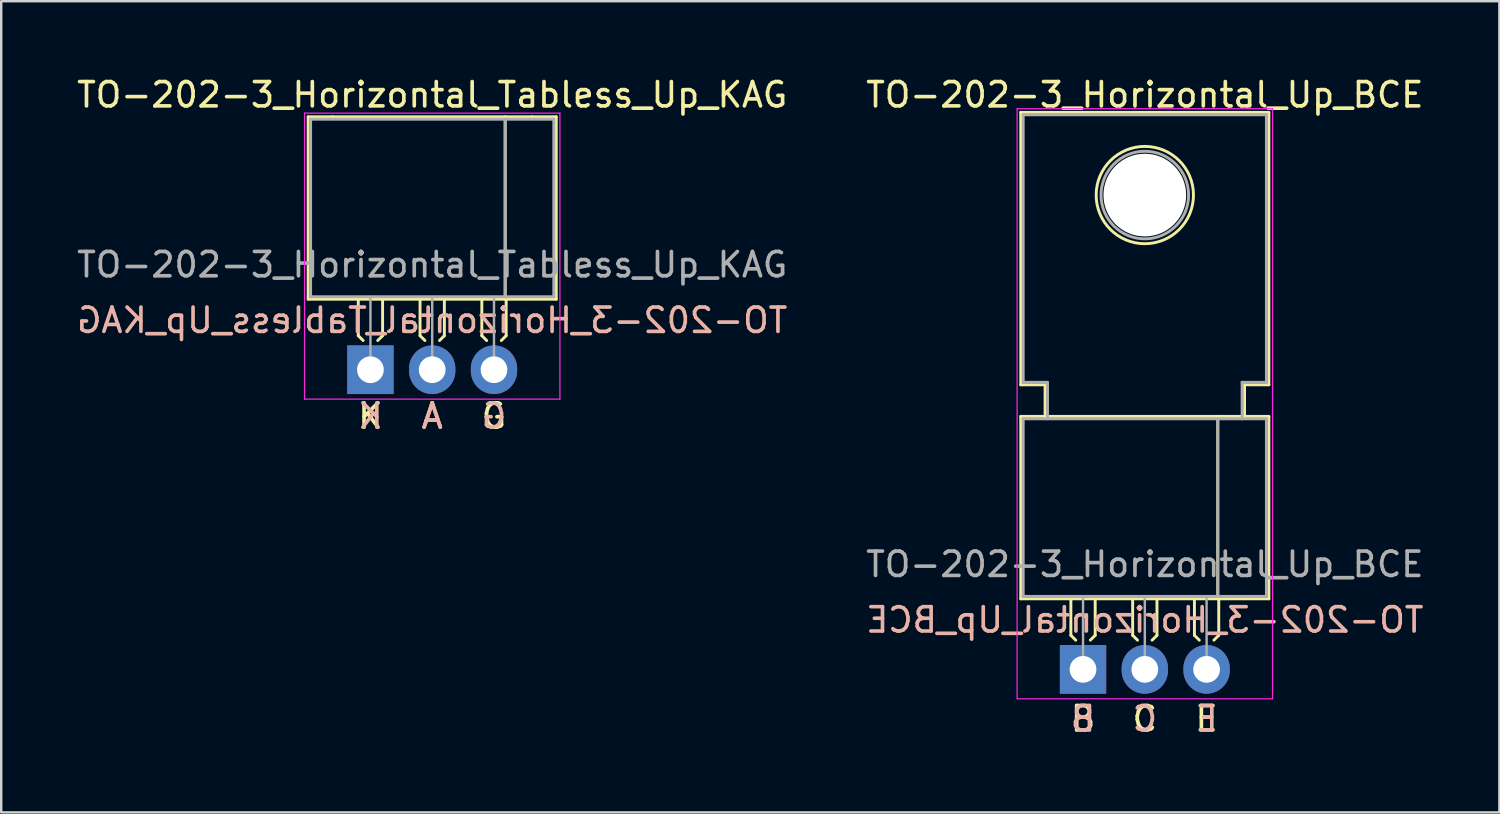
<source format=kicad_pcb>
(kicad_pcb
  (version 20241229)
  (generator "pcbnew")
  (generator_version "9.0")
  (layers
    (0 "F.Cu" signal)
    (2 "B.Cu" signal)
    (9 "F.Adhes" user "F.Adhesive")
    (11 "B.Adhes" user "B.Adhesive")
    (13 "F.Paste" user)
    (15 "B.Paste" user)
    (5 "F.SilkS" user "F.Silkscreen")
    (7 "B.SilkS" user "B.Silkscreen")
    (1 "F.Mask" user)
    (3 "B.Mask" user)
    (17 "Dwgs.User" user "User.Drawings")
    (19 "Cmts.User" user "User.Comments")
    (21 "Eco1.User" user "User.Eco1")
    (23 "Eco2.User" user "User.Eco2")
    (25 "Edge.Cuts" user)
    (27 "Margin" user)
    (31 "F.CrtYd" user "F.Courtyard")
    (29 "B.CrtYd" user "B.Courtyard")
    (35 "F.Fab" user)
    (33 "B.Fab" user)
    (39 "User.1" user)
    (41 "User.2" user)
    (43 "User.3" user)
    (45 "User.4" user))
  (footprint "TO-202-3_Horizontal_Tabless_Up_KAG"
    (layer "F.Cu")
    (at 12.18 12.151)
    (property "Reference" "TO-202-3_Horizontal_Tabless_Up_KAG" (at 2.54 -11.303 0) (layer "F.SilkS") (effects (font (size 1 1) (thickness 0.15))))
    (fp_line (start -2.56 -10.4) (end -1.56 -10.4) (stroke (width 0.12) (type solid)) (layer "F.SilkS"))
    (fp_line (start -2.56 -2.9) (end -2.56 -10.4) (stroke (width 0.12) (type solid)) (layer "F.SilkS"))
    (fp_line (start -1.56 -10.4) (end 6.64 -10.4) (stroke (width 0.12) (type solid)) (layer "F.SilkS"))
    (fp_line (start -0.5 -2.9) (end -0.5 -1.4) (stroke (width 0.12) (type solid)) (layer "F.SilkS"))
    (fp_line (start -0.5 -1.4) (end -0.3 -1.2) (stroke (width 0.12) (type solid)) (layer "F.SilkS"))
    (fp_line (start 0.5 -2.9) (end 0.5 -1.4) (stroke (width 0.12) (type solid)) (layer "F.SilkS"))
    (fp_line (start 0.5 -1.4) (end 0.3 -1.2) (stroke (width 0.12) (type solid)) (layer "F.SilkS"))
    (fp_line (start 2.04 -2.9) (end 2.04 -1.4) (stroke (width 0.12) (type solid)) (layer "F.SilkS"))
    (fp_line (start 2.04 -1.4) (end 2.24 -1.2) (stroke (width 0.12) (type solid)) (layer "F.SilkS"))
    (fp_line (start 3.04 -2.9) (end 3.04 -1.4) (stroke (width 0.12) (type solid)) (layer "F.SilkS"))
    (fp_line (start 3.04 -1.4) (end 2.84 -1.2) (stroke (width 0.12) (type solid)) (layer "F.SilkS"))
    (fp_line (start 4.58 -2.9) (end 4.58 -1.4) (stroke (width 0.12) (type solid)) (layer "F.SilkS"))
    (fp_line (start 4.58 -1.4) (end 4.78 -1.2) (stroke (width 0.12) (type solid)) (layer "F.SilkS"))
    (fp_line (start 5.54 -10.4) (end 5.54 -2.9) (stroke (width 0.12) (type solid)) (layer "F.SilkS"))
    (fp_line (start 5.58 -2.9) (end 5.58 -1.4) (stroke (width 0.12) (type solid)) (layer "F.SilkS"))
    (fp_line (start 5.58 -1.4) (end 5.38 -1.2) (stroke (width 0.12) (type solid)) (layer "F.SilkS"))
    (fp_line (start 6.64 -10.4) (end 7.64 -10.4) (stroke (width 0.12) (type solid)) (layer "F.SilkS"))
    (fp_line (start 7.64 -10.4) (end 7.64 -2.9) (stroke (width 0.12) (type solid)) (layer "F.SilkS"))
    (fp_line (start 7.64 -2.9) (end -2.56 -2.9) (stroke (width 0.12) (type solid)) (layer "F.SilkS"))
    (fp_line (start -2.71 -10.55) (end -2.71 1.21) (stroke (width 0.05) (type solid)) (layer "F.CrtYd"))
    (fp_line (start -2.71 1.21) (end 7.79 1.21) (stroke (width 0.05) (type solid)) (layer "F.CrtYd"))
    (fp_line (start 7.79 -10.55) (end -2.71 -10.55) (stroke (width 0.05) (type solid)) (layer "F.CrtYd"))
    (fp_line (start 7.79 1.21) (end 7.79 -10.55) (stroke (width 0.05) (type solid)) (layer "F.CrtYd"))
    (fp_line (start -2.46 -10.3) (end -2.46 -3) (stroke (width 0.12) (type solid)) (layer "F.Fab"))
    (fp_line (start -2.46 -3) (end 7.54 -3) (stroke (width 0.12) (type solid)) (layer "F.Fab"))
    (fp_line (start 0 0) (end 0 -3) (stroke (width 0.1) (type solid)) (layer "F.Fab"))
    (fp_line (start 2.54 0) (end 2.54 -3) (stroke (width 0.1) (type solid)) (layer "F.Fab"))
    (fp_line (start 5.08 0) (end 5.08 -3) (stroke (width 0.1) (type solid)) (layer "F.Fab"))
    (fp_line (start 5.54 -3) (end 5.54 -10.3) (stroke (width 0.12) (type solid)) (layer "F.Fab"))
    (fp_line (start 7.54 -10.3) (end -2.46 -10.3) (stroke (width 0.12) (type solid)) (layer "F.Fab"))
    (fp_line (start 7.54 -3) (end 7.54 -10.3) (stroke (width 0.12) (type solid)) (layer "F.Fab"))
    (fp_text user "A" (at 2.54 1.905 0) (unlocked yes) (layer "F.SilkS") (effects (font (size 1 1) (thickness 0.15))))
    (fp_text user "G" (at 5.08 1.905 0) (unlocked yes) (layer "F.SilkS") (effects (font (size 1 1) (thickness 0.15))))
    (fp_text user "K" (at 0 1.905 0) (unlocked yes) (layer "F.SilkS") (effects (font (size 1 1) (thickness 0.15))))
    (fp_text user "K" (at 0 1.905 0) (unlocked yes) (layer "B.SilkS") (effects (font (size 1 1) (thickness 0.15)) (justify mirror)))
    (fp_text user "A" (at 2.54 1.905 0) (unlocked yes) (layer "B.SilkS") (effects (font (size 1 1) (thickness 0.15)) (justify mirror)))
    (fp_text user "G" (at 5.08 1.905 0) (unlocked yes) (layer "B.SilkS") (effects (font (size 1 1) (thickness 0.15)) (justify mirror)))
    (fp_text user "${REFERENCE}" (at 2.54 -2.032 0) (layer "B.SilkS") (effects (font (size 1 1) (thickness 0.15)) (justify mirror)))
    (fp_text user "${REFERENCE}" (at 2.54 -4.318 0) (layer "F.Fab") (effects (font (size 1 1) (thickness 0.15))))
    (pad "1" thru_hole rect (at 0 0) (size 1.905 2) (drill 1.1) (layers "*.Cu" "*.Mask"))
    (pad "2" thru_hole oval (at 2.54 0) (size 1.905 2) (drill 1.1) (layers "*.Cu" "*.Mask"))
    (pad "3" thru_hole oval (at 5.08 0) (size 1.905 2) (drill 1.1) (layers "*.Cu" "*.Mask")))
  (footprint "TO-202-3_Horizontal_Up_BCE"
    (layer "F.Cu")
    (at 41.478 24.47)
    (property "Reference" "TO-202-3_Horizontal_Up_BCE" (at 2.54 -23.622 0) (layer "F.SilkS") (effects (font (size 1 1) (thickness 0.15))))
    (fp_line (start -2.56 -22.9) (end 7.64 -22.9) (stroke (width 0.12) (type solid)) (layer "F.SilkS"))
    (fp_line (start -2.56 -11.7) (end -2.56 -22.9) (stroke (width 0.12) (type solid)) (layer "F.SilkS"))
    (fp_line (start -2.56 -10.4) (end -1.56 -10.4) (stroke (width 0.12) (type solid)) (layer "F.SilkS"))
    (fp_line (start -2.56 -2.9) (end -2.56 -10.4) (stroke (width 0.12) (type solid)) (layer "F.SilkS"))
    (fp_line (start -1.56 -11.7) (end -2.56 -11.7) (stroke (width 0.12) (type solid)) (layer "F.SilkS"))
    (fp_line (start -1.56 -10.4) (end -1.56 -11.7) (stroke (width 0.12) (type solid)) (layer "F.SilkS"))
    (fp_line (start -1.56 -10.4) (end 6.64 -10.4) (stroke (width 0.12) (type solid)) (layer "F.SilkS"))
    (fp_line (start -0.5 -2.9) (end -0.5 -1.4) (stroke (width 0.12) (type solid)) (layer "F.SilkS"))
    (fp_line (start -0.5 -1.4) (end -0.3 -1.2) (stroke (width 0.12) (type solid)) (layer "F.SilkS"))
    (fp_line (start 0.5 -2.9) (end 0.5 -1.4) (stroke (width 0.12) (type solid)) (layer "F.SilkS"))
    (fp_line (start 0.5 -1.4) (end 0.3 -1.2) (stroke (width 0.12) (type solid)) (layer "F.SilkS"))
    (fp_line (start 2.04 -2.9) (end 2.04 -1.4) (stroke (width 0.12) (type solid)) (layer "F.SilkS"))
    (fp_line (start 2.04 -1.4) (end 2.24 -1.2) (stroke (width 0.12) (type solid)) (layer "F.SilkS"))
    (fp_line (start 3.04 -2.9) (end 3.04 -1.4) (stroke (width 0.12) (type solid)) (layer "F.SilkS"))
    (fp_line (start 3.04 -1.4) (end 2.84 -1.2) (stroke (width 0.12) (type solid)) (layer "F.SilkS"))
    (fp_line (start 4.58 -2.9) (end 4.58 -1.4) (stroke (width 0.12) (type solid)) (layer "F.SilkS"))
    (fp_line (start 4.58 -1.4) (end 4.78 -1.2) (stroke (width 0.12) (type solid)) (layer "F.SilkS"))
    (fp_line (start 5.54 -10.4) (end 5.54 -2.9) (stroke (width 0.12) (type solid)) (layer "F.SilkS"))
    (fp_line (start 5.58 -2.9) (end 5.58 -1.4) (stroke (width 0.12) (type solid)) (layer "F.SilkS"))
    (fp_line (start 5.58 -1.4) (end 5.38 -1.2) (stroke (width 0.12) (type solid)) (layer "F.SilkS"))
    (fp_line (start 6.64 -11.7) (end 6.64 -10.4) (stroke (width 0.12) (type solid)) (layer "F.SilkS"))
    (fp_line (start 6.64 -10.4) (end 7.64 -10.4) (stroke (width 0.12) (type solid)) (layer "F.SilkS"))
    (fp_line (start 7.64 -22.9) (end 7.64 -11.7) (stroke (width 0.12) (type solid)) (layer "F.SilkS"))
    (fp_line (start 7.64 -11.7) (end 6.64 -11.7) (stroke (width 0.12) (type solid)) (layer "F.SilkS"))
    (fp_line (start 7.64 -10.4) (end 7.64 -2.9) (stroke (width 0.12) (type solid)) (layer "F.SilkS"))
    (fp_line (start 7.64 -2.9) (end -2.56 -2.9) (stroke (width 0.12) (type solid)) (layer "F.SilkS"))
    (fp_circle (center 2.54 -19.5) (end 4.54 -19.5) (stroke (width 0.12) (type solid)) (fill no) (layer "F.SilkS"))
    (fp_line (start -2.71 -23.05) (end -2.71 1.21) (stroke (width 0.05) (type solid)) (layer "F.CrtYd"))
    (fp_line (start -2.71 1.21) (end 7.79 1.21) (stroke (width 0.05) (type solid)) (layer "F.CrtYd"))
    (fp_line (start 7.79 -23.05) (end -2.71 -23.05) (stroke (width 0.05) (type solid)) (layer "F.CrtYd"))
    (fp_line (start 7.79 1.21) (end 7.79 -23.05) (stroke (width 0.05) (type solid)) (layer "F.CrtYd"))
    (fp_line (start -2.46 -22.8) (end 7.54 -22.8) (stroke (width 0.12) (type solid)) (layer "F.Fab"))
    (fp_line (start -2.46 -11.8) (end -2.46 -22.8) (stroke (width 0.12) (type solid)) (layer "F.Fab"))
    (fp_line (start -2.46 -10.3) (end -2.46 -3) (stroke (width 0.12) (type solid)) (layer "F.Fab"))
    (fp_line (start -2.46 -3) (end 7.54 -3) (stroke (width 0.12) (type solid)) (layer "F.Fab"))
    (fp_line (start -1.46 -11.8) (end -2.46 -11.8) (stroke (width 0.12) (type solid)) (layer "F.Fab"))
    (fp_line (start -1.46 -10.3) (end -1.46 -11.8) (stroke (width 0.12) (type solid)) (layer "F.Fab"))
    (fp_line (start 0 0) (end 0 -3) (stroke (width 0.1) (type solid)) (layer "F.Fab"))
    (fp_line (start 2.54 0) (end 2.54 -3) (stroke (width 0.1) (type solid)) (layer "F.Fab"))
    (fp_line (start 5.08 0) (end 5.08 -3) (stroke (width 0.1) (type solid)) (layer "F.Fab"))
    (fp_line (start 5.54 -3) (end 5.54 -10.3) (stroke (width 0.12) (type solid)) (layer "F.Fab"))
    (fp_line (start 6.54 -11.8) (end 6.54 -10.3) (stroke (width 0.12) (type solid)) (layer "F.Fab"))
    (fp_line (start 7.54 -22.8) (end 7.54 -11.8) (stroke (width 0.12) (type solid)) (layer "F.Fab"))
    (fp_line (start 7.54 -11.8) (end 6.54 -11.8) (stroke (width 0.12) (type solid)) (layer "F.Fab"))
    (fp_line (start 7.54 -10.3) (end -2.46 -10.3) (stroke (width 0.12) (type solid)) (layer "F.Fab"))
    (fp_line (start 7.54 -3) (end 7.54 -10.3) (stroke (width 0.12) (type solid)) (layer "F.Fab"))
    (fp_circle (center 2.54 -19.5) (end 4.34 -19.5) (stroke (width 0.12) (type solid)) (fill no) (layer "F.Fab"))
    (fp_text user "C" (at 2.54 2.032 0) (unlocked yes) (layer "F.SilkS") (effects (font (size 1 1) (thickness 0.15))))
    (fp_text user "B" (at 0 2.032 0) (unlocked yes) (layer "F.SilkS") (effects (font (size 1 1) (thickness 0.15))))
    (fp_text user "E" (at 5.08 2.032 0) (unlocked yes) (layer "F.SilkS") (effects (font (size 1 1) (thickness 0.15))))
    (fp_text user "${REFERENCE}" (at 2.54 -2.032 0) (layer "B.SilkS") (effects (font (size 1 1) (thickness 0.15)) (justify mirror)))
    (fp_text user "B" (at 0 2.032 0) (unlocked yes) (layer "B.SilkS") (effects (font (size 1 1) (thickness 0.15)) (justify mirror)))
    (fp_text user "C" (at 2.54 2.032 0) (unlocked yes) (layer "B.SilkS") (effects (font (size 1 1) (thickness 0.15)) (justify mirror)))
    (fp_text user "E" (at 5.08 2.032 0) (unlocked yes) (layer "B.SilkS") (effects (font (size 1 1) (thickness 0.15)) (justify mirror)))
    (fp_text user "${REFERENCE}" (at 2.54 -4.318 0) (layer "F.Fab") (effects (font (size 1 1) (thickness 0.15))))
    (pad "" np_thru_hole circle (at 2.54 -19.5) (size 3.4 3.4) (drill 3.4) (layers "*.Cu" "*.Mask"))
    (pad "1" thru_hole rect (at 0 0) (size 1.905 2) (drill 1.1) (layers "*.Cu" "*.Mask"))
    (pad "2" thru_hole oval (at 2.54 0) (size 1.905 2) (drill 1.1) (layers "*.Cu" "*.Mask"))
    (pad "3" thru_hole oval (at 5.08 0) (size 1.905 2) (drill 1.1) (layers "*.Cu" "*.Mask")))
  (gr_rect
    (start -3 -3)
    (end 58.595 30.351)
    (stroke (width 0.1) (type default))
    (fill no)
    (layer "Edge.Cuts")))
</source>
